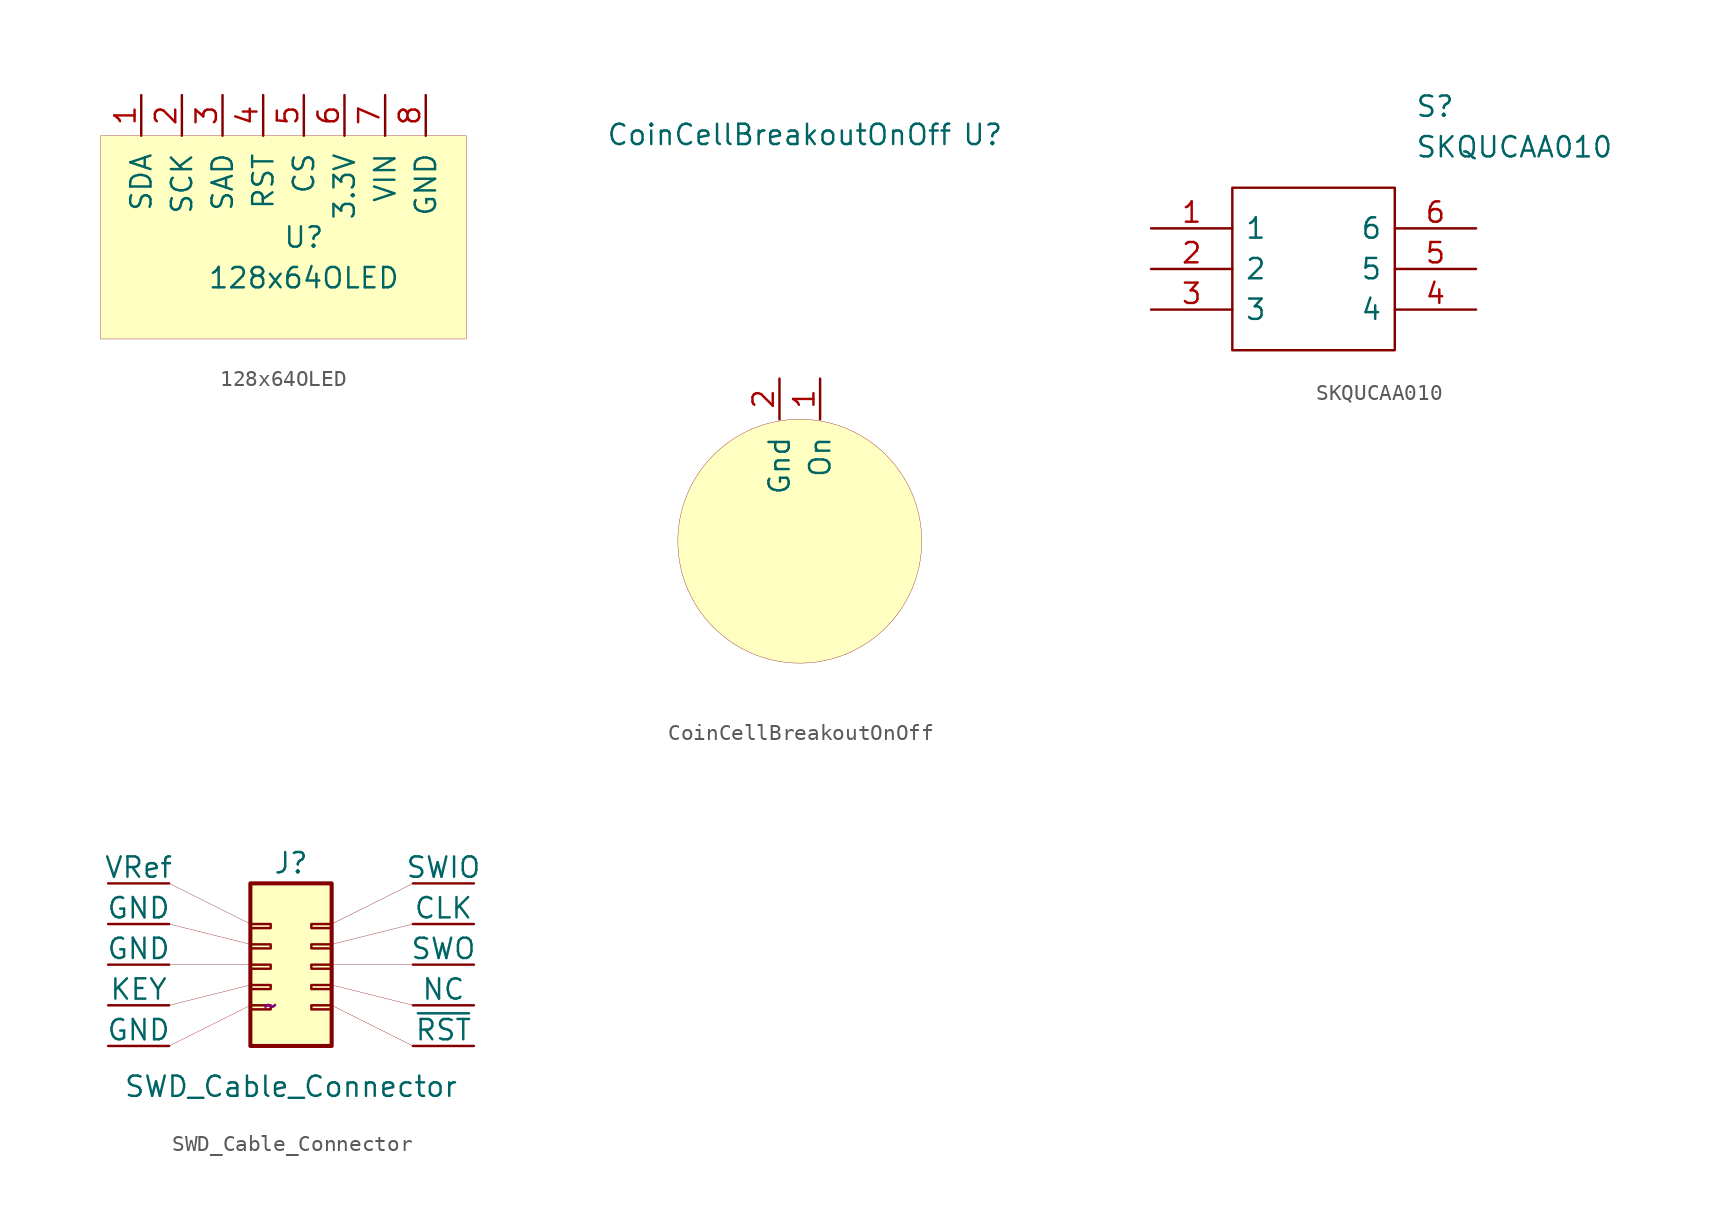
<source format=kicad_sym>
(kicad_symbol_lib
  (version 20200908)
  (generator kicad_symbol_editor)
  (symbol "mobile-tag-schematics:128x64OLED"
    (pin_names
      (offset 1.016))
    (property "Reference" "U"
      (at 1.27 -6.35 0)
      (effects (font (size 1.27 1.27))))
    (property "Value" "128x64OLED"
      (at 1.27 -8.89 0)
      (effects (font (size 1.27 1.27))))
    (symbol "128x64OLED_0_1"
      (rectangle (start -11.43 0) (end 11.43 -12.7) (stroke (width 0.001)) (fill (type background))))
    (symbol "128x64OLED_1_1"
      (pin bidirectional line (at 1.27 2.54 270) (length 2.54) (name "CS" (effects (font (size 1.27 1.27)))) (number "5" (effects (font (size 1.27 1.27)))))
      (pin bidirectional line (at 3.81 2.54 270) (length 2.54) (name "3.3V" (effects (font (size 1.27 1.27)))) (number "6" (effects (font (size 1.27 1.27)))))
      (pin bidirectional line (at 6.35 2.54 270) (length 2.54) (name "VIN" (effects (font (size 1.27 1.27)))) (number "7" (effects (font (size 1.27 1.27)))))
      (pin bidirectional line (at 8.89 2.54 270) (length 2.54) (name "GND" (effects (font (size 1.27 1.27)))) (number "8" (effects (font (size 1.27 1.27)))))
      (pin bidirectional line (at -8.89 2.54 270) (length 2.54) (name "SDA" (effects (font (size 1.27 1.27)))) (number "1" (effects (font (size 1.27 1.27)))))
      (pin bidirectional line (at -6.35 2.54 270) (length 2.54) (name "SCK" (effects (font (size 1.27 1.27)))) (number "2" (effects (font (size 1.27 1.27)))))
      (pin bidirectional line (at -3.81 2.54 270) (length 2.54) (name "SAD" (effects (font (size 1.27 1.27)))) (number "3" (effects (font (size 1.27 1.27)))))
      (pin bidirectional line (at -1.27 2.54 270) (length 2.54) (name "RST" (effects (font (size 1.27 1.27)))) (number "4" (effects (font (size 1.27 1.27)))))))
  (symbol "mobile-tag-schematics:CoinCellBreakoutOnOff"
    (pin_names
      (offset 1.016))
    (property "Reference" "U"
      (at 10.16 12.7 0)
      (effects (font (size 1.27 1.27))))
    (property "Value" "CoinCellBreakoutOnOff"
      (at -2.54 12.7 0)
      (effects (font (size 1.27 1.27))))
    (symbol "CoinCellBreakoutOnOff_0_1"
      (circle (center -1.27 -12.7) (radius 7.62) (stroke (width 0.001)) (fill (type background))))
    (symbol "CoinCellBreakoutOnOff_1_1"
      (pin bidirectional line (at 0 -2.54 270) (length 2.54) (name "On" (effects (font (size 1.27 1.27)))) (number "1" (effects (font (size 1.27 1.27)))))
      (pin bidirectional line (at -2.54 -2.54 270) (length 2.54) (name "Gnd" (effects (font (size 1.27 1.27)))) (number "2" (effects (font (size 1.27 1.27)))))))
  (symbol "mobile-tag-schematics:SKQUCAA010"
    (pin_names
      (offset 0.762))
    (property "Reference" "S"
      (at 16.51 7.62 0)
      (effects (font (size 1.27 1.27)) (justify left)))
    (property "Value" "SKQUCAA010"
      (at 16.51 5.08 0)
      (effects (font (size 1.27 1.27)) (justify left)))
    (symbol "SKQUCAA010_0_1"
      (polyline (pts (xy 5.08 2.54) (xy 15.24 2.54) (xy 15.24 -7.62) (xy 5.08 -7.62) (xy 5.08 2.54)) (stroke (width 0.152)) (fill (type none))))
    (symbol "SKQUCAA010_0_0"
      (pin passive line (at 0 0 0) (length 5.08) (name "1" (effects (font (size 1.27 1.27)))) (number "1" (effects (font (size 1.27 1.27)))))
      (pin passive line (at 0 -2.54 0) (length 5.08) (name "2" (effects (font (size 1.27 1.27)))) (number "2" (effects (font (size 1.27 1.27)))))
      (pin passive line (at 0 -5.08 0) (length 5.08) (name "3" (effects (font (size 1.27 1.27)))) (number "3" (effects (font (size 1.27 1.27)))))
      (pin passive line (at 20.32 -5.08 180) (length 5.08) (name "4" (effects (font (size 1.27 1.27)))) (number "4" (effects (font (size 1.27 1.27)))))
      (pin passive line (at 20.32 -2.54 180) (length 5.08) (name "5" (effects (font (size 1.27 1.27)))) (number "5" (effects (font (size 1.27 1.27)))))
      (pin passive line (at 20.32 0 180) (length 5.08) (name "6" (effects (font (size 1.27 1.27)))) (number "6" (effects (font (size 1.27 1.27)))))))
  (symbol "mobile-tag-schematics:SWD_Cable_Connector"
    (pin_numbers hide)
    (pin_names
      (offset 0))
    (property "Reference" "J"
      (at 1.27 8.89 0)
      (effects (font (size 1.27 1.27))))
    (property "Value" "SWD_Cable_Connector"
      (at 1.27 -5.08 0)
      (effects (font (size 1.27 1.27))))
    (property "Footprint" ""
      (at 0 0 0)
      (effects (font (size 1.27 1.27))))
    (property "Datasheet" "~"
      (at 0 0 0)
      (effects (font (size 1.27 1.27))))
    (symbol "SWD_Cable_Connector_1_1"
      (rectangle (start -1.27 0) (end 0 -0.254) (stroke (width 0.152)) (fill (type none)))
      (rectangle (start -1.27 1.27) (end 0 1.016) (stroke (width 0.152)) (fill (type none)))
      (rectangle (start -1.27 2.54) (end 0 2.286) (stroke (width 0.152)) (fill (type none)))
      (rectangle (start -1.27 5.08) (end 0 4.826) (stroke (width 0.152)) (fill (type none)))
      (rectangle (start -1.27 7.62) (end 3.81 -2.54) (stroke (width 0.254)) (fill (type background)))
      (rectangle (start -1.27 3.81) (end 0 3.556) (stroke (width 0.152)) (fill (type none)))
      (rectangle (start 3.81 0) (end 2.54 -0.254) (stroke (width 0.152)) (fill (type none)))
      (rectangle (start 3.81 1.27) (end 2.54 1.016) (stroke (width 0.152)) (fill (type none)))
      (rectangle (start 3.81 3.81) (end 2.54 3.556) (stroke (width 0.152)) (fill (type none)))
      (rectangle (start 3.81 5.08) (end 2.54 4.826) (stroke (width 0.152)) (fill (type none)))
      (rectangle (start 3.81 2.54) (end 2.54 2.286) (stroke (width 0.152)) (fill (type none)))
      (pin passive line (at -10.16 7.62 0) (length 3.81) (name "VRef" (effects (font (size 1.27 1.27)))) (number "1" (effects (font (size 1.27 1.27)))))
      (pin passive line (at -10.16 5.08 0) (length 3.81) (name "GND" (effects (font (size 1.27 1.27)))) (number "3" (effects (font (size 1.27 1.27)))))
      (pin passive line (at -10.16 2.54 0) (length 3.81) (name "GND" (effects (font (size 1.27 1.27)))) (number "5" (effects (font (size 1.27 1.27)))))
      (pin passive line (at -10.16 0 0) (length 3.81) (name "KEY" (effects (font (size 1.27 1.27)))) (number "7" (effects (font (size 1.27 1.27)))))
      (pin passive line (at -10.16 -2.54 0) (length 3.81) (name "GND" (effects (font (size 1.27 1.27)))) (number "9" (effects (font (size 1.27 1.27)))))
      (pin passive line (at 12.7 7.62 180) (length 3.81) (name "SWIO" (effects (font (size 1.27 1.27)))) (number "2" (effects (font (size 1.27 1.27)))))
      (pin passive line (at 12.7 5.08 180) (length 3.81) (name "CLK" (effects (font (size 1.27 1.27)))) (number "4" (effects (font (size 1.27 1.27)))))
      (pin passive line (at 12.7 2.54 180) (length 3.81) (name "SWO" (effects (font (size 1.27 1.27)))) (number "6" (effects (font (size 1.27 1.27)))))
      (pin passive line (at 12.7 0 180) (length 3.81) (name "NC" (effects (font (size 1.27 1.27)))) (number "8" (effects (font (size 1.27 1.27)))))
      (pin passive line (at 12.7 -2.54 180) (length 3.81) (name "~RST" (effects (font (size 1.27 1.27)))) (number "10" (effects (font (size 1.27 1.27))))))
    (symbol "SWD_Cable_Connector_0_1"
      (polyline (pts (xy -1.27 5.08) (xy -6.35 7.62)) (stroke (width 0.001)) (fill (type none)))
      (polyline (pts (xy -6.35 2.54) (xy -1.27 2.54)) (stroke (width 0.001)) (fill (type none)))
      (polyline (pts (xy 3.81 2.54) (xy 8.89 2.54)) (stroke (width 0.001)) (fill (type none)))
      (polyline (pts (xy 8.89 -2.54) (xy 3.81 0)) (stroke (width 0.001)) (fill (type none)))
      (polyline (pts (xy 3.81 5.08) (xy 8.89 7.62)) (stroke (width 0.001)) (fill (type none)))
      (polyline (pts (xy -6.35 -2.54) (xy -1.27 0)) (stroke (width 0.001)) (fill (type none)))
      (polyline (pts (xy 3.81 1.27) (xy 8.89 0)) (stroke (width 0.001)) (fill (type none)))
      (polyline (pts (xy -6.35 5.08) (xy -1.27 3.81)) (stroke (width 0.001)) (fill (type none)))
      (polyline (pts (xy 8.89 5.08) (xy 3.81 3.81)) (stroke (width 0.001)) (fill (type none)))
      (polyline (pts (xy -6.35 0) (xy -1.27 1.27)) (stroke (width 0.001)) (fill (type none))))))
</source>
